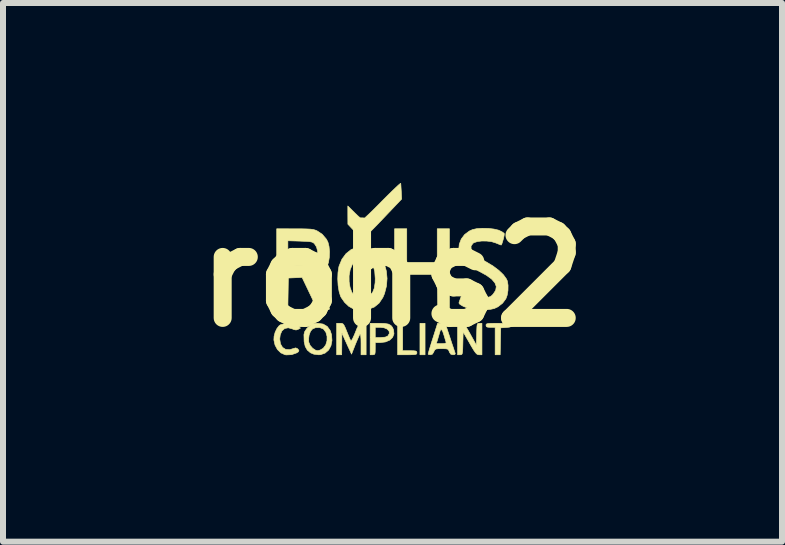
<source format=kicad_pcb>
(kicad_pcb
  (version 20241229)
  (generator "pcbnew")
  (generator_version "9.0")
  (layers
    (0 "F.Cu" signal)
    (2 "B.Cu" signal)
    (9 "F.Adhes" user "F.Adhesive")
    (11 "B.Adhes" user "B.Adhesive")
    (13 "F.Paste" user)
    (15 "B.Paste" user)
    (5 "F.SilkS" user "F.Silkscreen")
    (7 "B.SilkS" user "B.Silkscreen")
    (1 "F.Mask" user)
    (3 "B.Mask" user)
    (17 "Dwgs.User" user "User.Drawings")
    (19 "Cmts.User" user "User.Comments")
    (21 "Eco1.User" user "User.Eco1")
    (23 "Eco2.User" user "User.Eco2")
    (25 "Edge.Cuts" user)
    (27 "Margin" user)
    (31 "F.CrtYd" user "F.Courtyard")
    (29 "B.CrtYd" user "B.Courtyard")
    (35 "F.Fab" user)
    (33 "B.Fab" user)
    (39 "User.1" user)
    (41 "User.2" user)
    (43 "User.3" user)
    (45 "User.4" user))
  (footprint "rohs2"
    (layer "F.Cu")
    (at 3.491 1.558)
    (property "Reference" "rohs2" (at 0 0 0) (layer "F.SilkS") (effects (font (size 1.524 1.524) (thickness 0.3))))
    (attr through_hole)
    (fp_poly (pts (xy 0.542 1.304) (xy 0.457 1.304) (xy 0.457 0.779) (xy 0.542 0.779) (xy 0.542 1.304)) (stroke (width 0.01) (type solid)) (fill yes) (layer "F.SilkS"))
    (fp_poly (pts (xy 0.169 1.236) (xy 0.288 1.236) (xy 0.35 1.237) (xy 0.386 1.241) (xy 0.402 1.251) (xy 0.406 1.267) (xy 0.406 1.27) (xy 0.404 1.286) (xy 0.392 1.296) (xy 0.366 1.301) (xy 0.317 1.303) (xy 0.246 1.304) (xy 0.085 1.304) (xy 0.085 0.779) (xy 0.169 0.779) (xy 0.169 1.236)) (stroke (width 0.01) (type solid)) (fill yes) (layer "F.SilkS"))
    (fp_poly (pts (xy 0.237 -0.237) (xy 0.745 -0.237) (xy 0.745 -0.796) (xy 0.948 -0.796) (xy 0.948 0.56) (xy 0.851 0.555) (xy 0.754 0.55) (xy 0.744 -0.034) (xy 0.237 -0.034) (xy 0.237 0.559) (xy 0.147 0.559) (xy 0.094 0.557) (xy 0.056 0.552) (xy 0.045 0.548) (xy 0.043 0.529) (xy 0.04 0.48) (xy 0.038 0.404) (xy 0.037 0.306) (xy 0.035 0.188) (xy 0.034 0.056) (xy 0.034 -0.089) (xy 0.034 -0.13) (xy 0.034 -0.796) (xy 0.237 -0.796) (xy 0.237 -0.237)) (stroke (width 0.01) (type solid)) (fill yes) (layer "F.SilkS"))
    (fp_poly (pts (xy 1.837 0.78) (xy 1.894 0.782) (xy 1.929 0.788) (xy 1.948 0.797) (xy 1.954 0.806) (xy 1.963 0.832) (xy 1.964 0.839) (xy 1.949 0.843) (xy 1.91 0.848) (xy 1.884 0.85) (xy 1.803 0.855) (xy 1.794 1.304) (xy 1.71 1.304) (xy 1.71 0.847) (xy 1.634 0.847) (xy 1.586 0.844) (xy 1.564 0.835) (xy 1.558 0.815) (xy 1.558 0.813) (xy 1.56 0.798) (xy 1.57 0.789) (xy 1.594 0.783) (xy 1.637 0.78) (xy 1.706 0.779) (xy 1.751 0.779) (xy 1.837 0.78)) (stroke (width 0.01) (type solid)) (fill yes) (layer "F.SilkS"))
    (fp_poly (pts (xy -0.134 0.782) (xy -0.07 0.792) (xy -0.028 0.814) (xy 0.000026 0.848) (xy 0.017 0.889) (xy 0.024 0.956) (xy 0.001 1.014) (xy -0.047 1.06) (xy -0.118 1.09) (xy -0.207 1.101) (xy -0.288 1.101) (xy -0.288 1.202) (xy -0.289 1.259) (xy -0.294 1.289) (xy -0.306 1.301) (xy -0.329 1.304) (xy -0.33 1.304) (xy -0.373 1.304) (xy -0.373 0.847) (xy -0.288 0.847) (xy -0.288 1.016) (xy -0.196 1.016) (xy -0.122 1.01) (xy -0.079 0.991) (xy -0.077 0.989) (xy -0.053 0.948) (xy -0.058 0.909) (xy -0.089 0.876) (xy -0.142 0.854) (xy -0.203 0.847) (xy -0.288 0.847) (xy -0.373 0.847) (xy -0.373 0.779) (xy -0.224 0.779) (xy -0.134 0.782)) (stroke (width 0.01) (type solid)) (fill yes) (layer "F.SilkS"))
    (fp_poly (pts (xy 1.163 0.781) (xy 1.183 0.788) (xy 1.203 0.808) (xy 1.228 0.843) (xy 1.262 0.9) (xy 1.296 0.961) (xy 1.397 1.143) (xy 1.402 0.961) (xy 1.404 0.881) (xy 1.407 0.828) (xy 1.412 0.798) (xy 1.421 0.784) (xy 1.436 0.779) (xy 1.448 0.779) (xy 1.49 0.779) (xy 1.49 1.304) (xy 1.443 1.304) (xy 1.422 1.301) (xy 1.402 1.29) (xy 1.38 1.266) (xy 1.351 1.224) (xy 1.312 1.159) (xy 1.286 1.113) (xy 1.177 0.923) (xy 1.172 1.113) (xy 1.17 1.196) (xy 1.167 1.25) (xy 1.162 1.282) (xy 1.154 1.298) (xy 1.14 1.303) (xy 1.126 1.304) (xy 1.084 1.304) (xy 1.084 0.779) (xy 1.139 0.779) (xy 1.163 0.781)) (stroke (width 0.01) (type solid)) (fill yes) (layer "F.SilkS"))
    (fp_poly (pts (xy -1.674 0.78) (xy -1.593 0.813) (xy -1.573 0.828) (xy -1.534 0.859) (xy -1.573 0.88) (xy -1.607 0.891) (xy -1.643 0.884) (xy -1.669 0.873) (xy -1.738 0.854) (xy -1.797 0.866) (xy -1.843 0.906) (xy -1.871 0.97) (xy -1.88 1.041) (xy -1.867 1.123) (xy -1.833 1.181) (xy -1.781 1.214) (xy -1.714 1.219) (xy -1.652 1.2) (xy -1.614 1.189) (xy -1.585 1.201) (xy -1.584 1.202) (xy -1.56 1.23) (xy -1.569 1.254) (xy -1.596 1.272) (xy -1.681 1.302) (xy -1.77 1.306) (xy -1.792 1.303) (xy -1.861 1.272) (xy -1.918 1.216) (xy -1.958 1.142) (xy -1.977 1.058) (xy -1.974 0.996) (xy -1.956 0.928) (xy -1.926 0.866) (xy -1.89 0.82) (xy -1.867 0.804) (xy -1.767 0.777) (xy -1.674 0.78)) (stroke (width 0.01) (type solid)) (fill yes) (layer "F.SilkS"))
    (fp_poly (pts (xy 0.139 -1.527) (xy 0.142 -1.477) (xy 0.146 -1.415) (xy 0.146 -1.412) (xy 0.152 -1.291) (xy -0.164 -0.959) (xy -0.248 -0.871) (xy -0.325 -0.792) (xy -0.392 -0.725) (xy -0.445 -0.674) (xy -0.482 -0.64) (xy -0.498 -0.628) (xy -0.498 -0.628) (xy -0.517 -0.64) (xy -0.553 -0.672) (xy -0.599 -0.718) (xy -0.63 -0.751) (xy -0.744 -0.872) (xy -0.745 -1.024) (xy -0.745 -1.176) (xy -0.63 -1.062) (xy -0.579 -1.013) (xy -0.535 -0.974) (xy -0.506 -0.952) (xy -0.497 -0.948) (xy -0.481 -0.96) (xy -0.445 -0.993) (xy -0.391 -1.043) (xy -0.324 -1.108) (xy -0.247 -1.185) (xy -0.172 -1.261) (xy -0.089 -1.344) (xy -0.015 -1.417) (xy 0.048 -1.477) (xy 0.096 -1.522) (xy 0.127 -1.548) (xy 0.137 -1.553) (xy 0.139 -1.527)) (stroke (width 0.01) (type solid)) (fill yes) (layer "F.SilkS"))
    (fp_poly (pts (xy -0.44 1.304) (xy -0.525 1.304) (xy -0.525 1.123) (xy -0.526 1.042) (xy -0.53 0.987) (xy -0.536 0.959) (xy -0.541 0.958) (xy -0.553 0.979) (xy -0.574 1.025) (xy -0.601 1.087) (xy -0.62 1.133) (xy -0.683 1.293) (xy -0.714 1.226) (xy -0.738 1.175) (xy -0.768 1.109) (xy -0.795 1.05) (xy -0.844 0.94) (xy -0.845 1.122) (xy -0.847 1.304) (xy -0.931 1.304) (xy -0.931 0.779) (xy -0.874 0.779) (xy -0.846 0.78) (xy -0.826 0.789) (xy -0.809 0.81) (xy -0.789 0.85) (xy -0.762 0.916) (xy -0.761 0.919) (xy -0.735 0.983) (xy -0.713 1.035) (xy -0.697 1.067) (xy -0.694 1.072) (xy -0.683 1.064) (xy -0.663 1.03) (xy -0.638 0.976) (xy -0.622 0.937) (xy -0.594 0.867) (xy -0.573 0.823) (xy -0.555 0.799) (xy -0.536 0.787) (xy -0.509 0.783) (xy -0.501 0.782) (xy -0.44 0.777) (xy -0.44 1.304)) (stroke (width 0.01) (type solid)) (fill yes) (layer "F.SilkS"))
    (fp_poly (pts (xy -1.157 0.792) (xy -1.088 0.832) (xy -1.04 0.898) (xy -1.017 0.967) (xy -1.009 1.066) (xy -1.026 1.153) (xy -1.065 1.225) (xy -1.124 1.276) (xy -1.199 1.302) (xy -1.232 1.304) (xy -1.311 1.294) (xy -1.367 1.271) (xy -1.42 1.226) (xy -1.455 1.165) (xy -1.473 1.083) (xy -1.474 1.044) (xy -1.399 1.044) (xy -1.396 1.093) (xy -1.373 1.148) (xy -1.331 1.196) (xy -1.28 1.229) (xy -1.245 1.236) (xy -1.206 1.225) (xy -1.161 1.199) (xy -1.154 1.194) (xy -1.113 1.14) (xy -1.092 1.071) (xy -1.091 0.998) (xy -1.11 0.93) (xy -1.148 0.878) (xy -1.157 0.872) (xy -1.214 0.85) (xy -1.279 0.851) (xy -1.333 0.873) (xy -1.367 0.913) (xy -1.39 0.975) (xy -1.399 1.044) (xy -1.474 1.044) (xy -1.476 0.976) (xy -1.476 0.967) (xy -1.464 0.919) (xy -1.431 0.869) (xy -1.407 0.845) (xy -1.366 0.806) (xy -1.331 0.787) (xy -1.287 0.78) (xy -1.247 0.779) (xy -1.157 0.792)) (stroke (width 0.01) (type solid)) (fill yes) (layer "F.SilkS"))
    (fp_poly (pts (xy 0.958 1.02) (xy 0.986 1.106) (xy 1.012 1.182) (xy 1.031 1.24) (xy 1.043 1.276) (xy 1.046 1.283) (xy 1.038 1.299) (xy 1.008 1.304) (xy 0.972 1.295) (xy 0.95 1.264) (xy 0.946 1.253) (xy 0.934 1.226) (xy 0.919 1.21) (xy 0.889 1.204) (xy 0.838 1.202) (xy 0.818 1.202) (xy 0.759 1.203) (xy 0.724 1.208) (xy 0.705 1.221) (xy 0.692 1.244) (xy 0.689 1.253) (xy 0.665 1.293) (xy 0.631 1.304) (xy 0.601 1.299) (xy 0.593 1.292) (xy 0.598 1.272) (xy 0.611 1.226) (xy 0.631 1.159) (xy 0.644 1.118) (xy 0.73 1.118) (xy 0.815 1.118) (xy 0.869 1.115) (xy 0.892 1.106) (xy 0.893 1.096) (xy 0.884 1.069) (xy 0.87 1.022) (xy 0.857 0.978) (xy 0.836 0.915) (xy 0.817 0.885) (xy 0.801 0.889) (xy 0.789 0.919) (xy 0.778 0.958) (xy 0.762 1.012) (xy 0.755 1.037) (xy 0.73 1.118) (xy 0.644 1.118) (xy 0.656 1.078) (xy 0.672 1.029) (xy 0.751 0.779) (xy 0.878 0.779) (xy 0.958 1.02)) (stroke (width 0.01) (type solid)) (fill yes) (layer "F.SilkS"))
    (fp_poly (pts (xy -0.43 -0.49) (xy -0.334 -0.454) (xy -0.251 -0.392) (xy -0.184 -0.307) (xy -0.134 -0.205) (xy -0.103 -0.091) (xy -0.091 0.032) (xy -0.101 0.158) (xy -0.133 0.283) (xy -0.161 0.349) (xy -0.224 0.443) (xy -0.305 0.509) (xy -0.406 0.547) (xy -0.515 0.558) (xy -0.579 0.553) (xy -0.639 0.541) (xy -0.658 0.536) (xy -0.731 0.495) (xy -0.799 0.43) (xy -0.855 0.35) (xy -0.868 0.324) (xy -0.891 0.247) (xy -0.907 0.148) (xy -0.913 0.04) (xy -0.911 -0.011) (xy -0.724 -0.011) (xy -0.723 0.087) (xy -0.708 0.179) (xy -0.68 0.258) (xy -0.641 0.313) (xy -0.633 0.321) (xy -0.57 0.35) (xy -0.496 0.357) (xy -0.423 0.341) (xy -0.374 0.312) (xy -0.331 0.262) (xy -0.304 0.194) (xy -0.29 0.103) (xy -0.288 0.034) (xy -0.297 -0.087) (xy -0.323 -0.179) (xy -0.367 -0.244) (xy -0.43 -0.285) (xy -0.475 -0.297) (xy -0.552 -0.294) (xy -0.617 -0.262) (xy -0.669 -0.202) (xy -0.705 -0.117) (xy -0.724 -0.011) (xy -0.911 -0.011) (xy -0.909 -0.065) (xy -0.895 -0.157) (xy -0.891 -0.174) (xy -0.843 -0.289) (xy -0.775 -0.381) (xy -0.691 -0.448) (xy -0.593 -0.488) (xy -0.486 -0.497) (xy -0.43 -0.49)) (stroke (width 0.01) (type solid)) (fill yes) (layer "F.SilkS"))
    (fp_poly (pts (xy -1.63 -0.795) (xy -1.517 -0.795) (xy -1.433 -0.793) (xy -1.371 -0.79) (xy -1.325 -0.784) (xy -1.291 -0.775) (xy -1.262 -0.764) (xy -1.171 -0.704) (xy -1.101 -0.621) (xy -1.076 -0.572) (xy -1.058 -0.5) (xy -1.05 -0.411) (xy -1.054 -0.317) (xy -1.068 -0.233) (xy -1.082 -0.194) (xy -1.111 -0.146) (xy -1.152 -0.097) (xy -1.198 -0.054) (xy -1.241 -0.025) (xy -1.265 -0.017) (xy -1.285 -0.007) (xy -1.287 -0.001) (xy -1.28 0.018) (xy -1.261 0.064) (xy -1.233 0.128) (xy -1.197 0.208) (xy -1.168 0.27) (xy -1.129 0.356) (xy -1.095 0.432) (xy -1.069 0.492) (xy -1.053 0.53) (xy -1.05 0.542) (xy -1.065 0.551) (xy -1.105 0.557) (xy -1.149 0.559) (xy -1.248 0.559) (xy -1.377 0.287) (xy -1.507 0.015) (xy -1.621 0.02) (xy -1.736 0.025) (xy -1.745 0.559) (xy -1.93 0.559) (xy -1.93 -0.186) (xy -1.744 -0.186) (xy -1.552 -0.186) (xy -1.466 -0.187) (xy -1.406 -0.19) (xy -1.366 -0.196) (xy -1.338 -0.206) (xy -1.315 -0.221) (xy -1.273 -0.274) (xy -1.25 -0.344) (xy -1.248 -0.421) (xy -1.267 -0.494) (xy -1.303 -0.549) (xy -1.322 -0.564) (xy -1.347 -0.575) (xy -1.384 -0.582) (xy -1.441 -0.586) (xy -1.524 -0.589) (xy -1.541 -0.59) (xy -1.744 -0.596) (xy -1.744 -0.186) (xy -1.93 -0.186) (xy -1.93 -0.796) (xy -1.63 -0.795)) (stroke (width 0.01) (type solid)) (fill yes) (layer "F.SilkS"))
    (fp_poly (pts (xy 1.596 -0.802) (xy 1.69 -0.791) (xy 1.766 -0.773) (xy 1.782 -0.766) (xy 1.828 -0.743) (xy 1.857 -0.722) (xy 1.863 -0.713) (xy 1.859 -0.68) (xy 1.849 -0.634) (xy 1.835 -0.585) (xy 1.822 -0.545) (xy 1.812 -0.526) (xy 1.811 -0.525) (xy 1.79 -0.531) (xy 1.749 -0.548) (xy 1.719 -0.56) (xy 1.651 -0.581) (xy 1.571 -0.591) (xy 1.489 -0.592) (xy 1.414 -0.583) (xy 1.357 -0.564) (xy 1.339 -0.552) (xy 1.308 -0.506) (xy 1.31 -0.454) (xy 1.344 -0.398) (xy 1.412 -0.337) (xy 1.512 -0.271) (xy 1.559 -0.245) (xy 1.674 -0.176) (xy 1.771 -0.103) (xy 1.848 -0.029) (xy 1.899 0.042) (xy 1.913 0.074) (xy 1.925 0.145) (xy 1.924 0.23) (xy 1.91 0.313) (xy 1.889 0.37) (xy 1.833 0.445) (xy 1.755 0.505) (xy 1.695 0.533) (xy 1.631 0.547) (xy 1.545 0.555) (xy 1.451 0.556) (xy 1.362 0.551) (xy 1.299 0.54) (xy 1.242 0.522) (xy 1.18 0.497) (xy 1.167 0.49) (xy 1.123 0.464) (xy 1.107 0.442) (xy 1.11 0.427) (xy 1.122 0.393) (xy 1.14 0.344) (xy 1.146 0.327) (xy 1.171 0.257) (xy 1.258 0.302) (xy 1.309 0.326) (xy 1.357 0.339) (xy 1.414 0.346) (xy 1.487 0.347) (xy 1.556 0.347) (xy 1.602 0.343) (xy 1.631 0.334) (xy 1.655 0.316) (xy 1.678 0.292) (xy 1.719 0.229) (xy 1.729 0.167) (xy 1.706 0.106) (xy 1.652 0.043) (xy 1.564 -0.021) (xy 1.45 -0.083) (xy 1.377 -0.121) (xy 1.307 -0.161) (xy 1.251 -0.195) (xy 1.235 -0.206) (xy 1.164 -0.276) (xy 1.121 -0.358) (xy 1.103 -0.448) (xy 1.112 -0.538) (xy 1.145 -0.624) (xy 1.201 -0.699) (xy 1.28 -0.758) (xy 1.333 -0.782) (xy 1.405 -0.798) (xy 1.497 -0.804) (xy 1.596 -0.802)) (stroke (width 0.01) (type solid)) (fill yes) (layer "F.SilkS")))
  (gr_rect
    (start -3 -3)
    (end 9.981 5.976)
    (stroke (width 0.1) (type default))
    (fill no)
    (layer "Edge.Cuts")))
</source>
